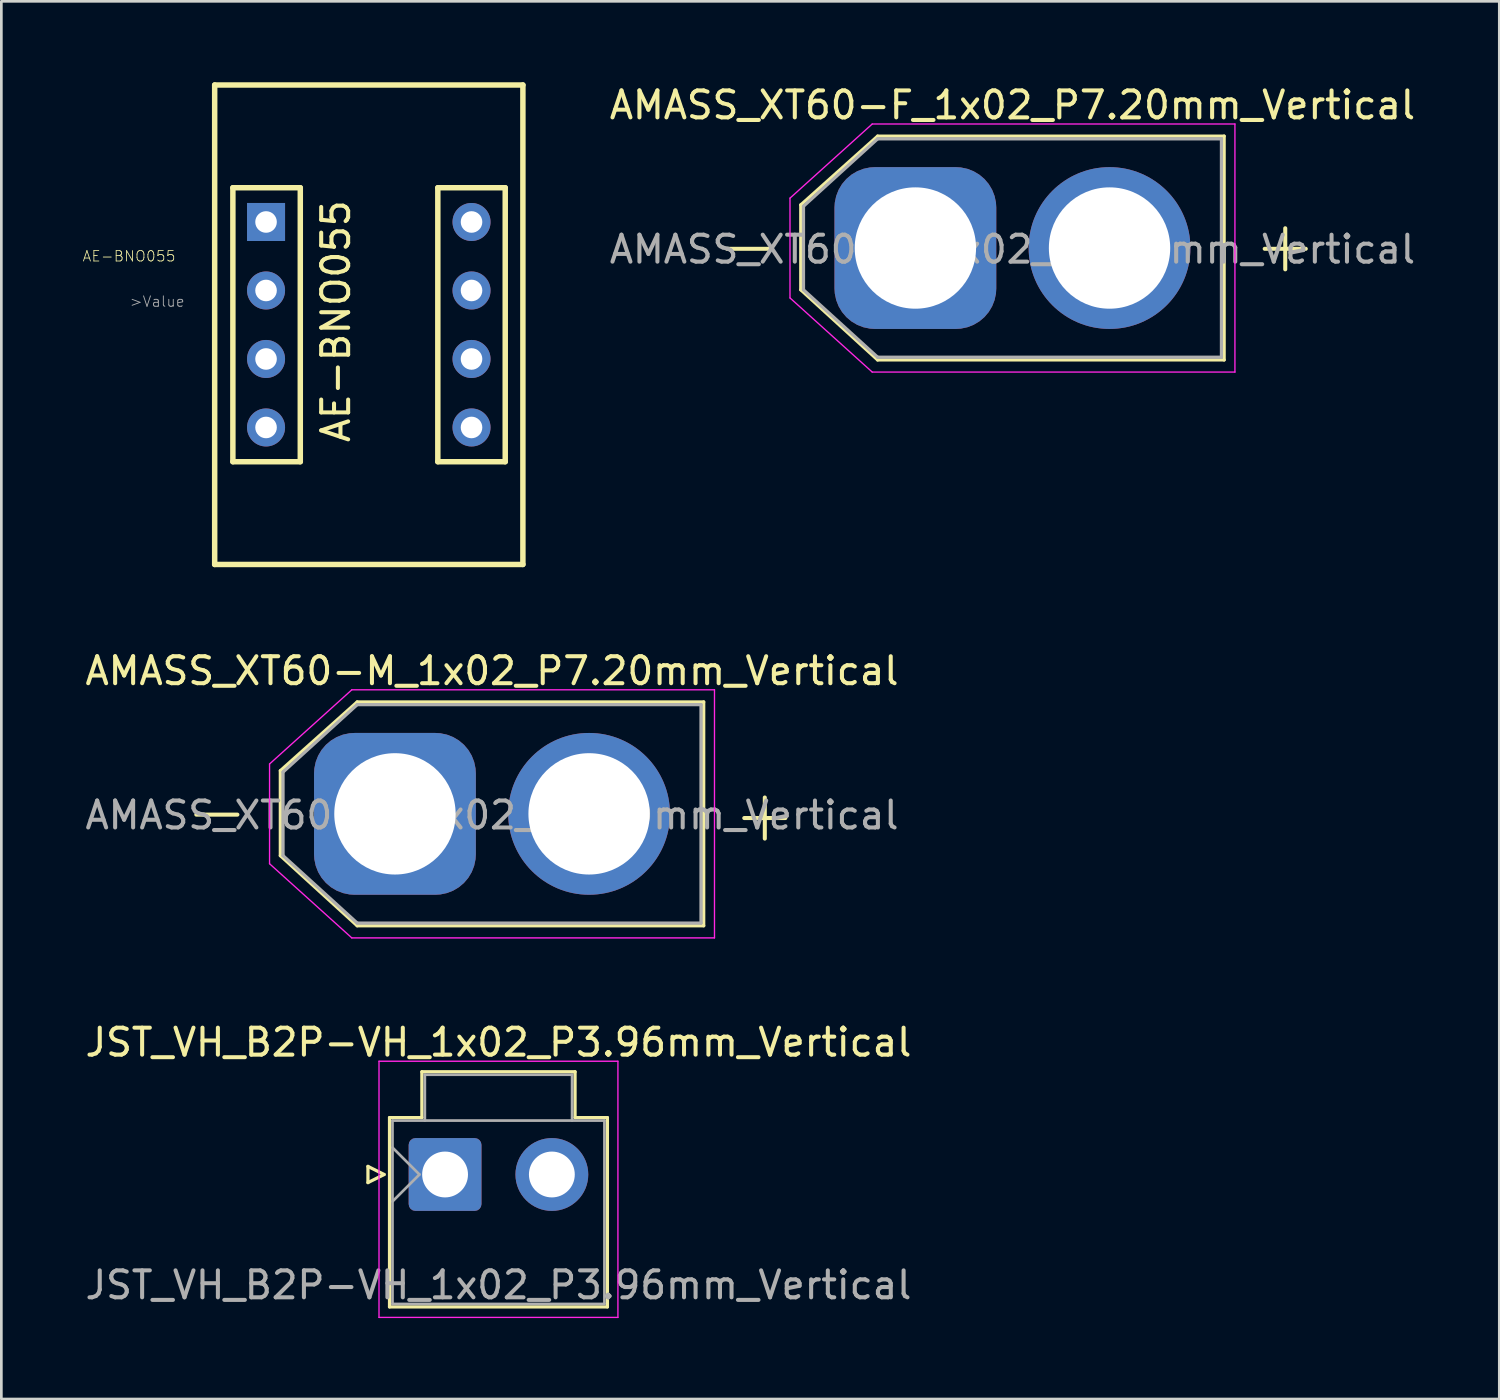
<source format=kicad_pcb>
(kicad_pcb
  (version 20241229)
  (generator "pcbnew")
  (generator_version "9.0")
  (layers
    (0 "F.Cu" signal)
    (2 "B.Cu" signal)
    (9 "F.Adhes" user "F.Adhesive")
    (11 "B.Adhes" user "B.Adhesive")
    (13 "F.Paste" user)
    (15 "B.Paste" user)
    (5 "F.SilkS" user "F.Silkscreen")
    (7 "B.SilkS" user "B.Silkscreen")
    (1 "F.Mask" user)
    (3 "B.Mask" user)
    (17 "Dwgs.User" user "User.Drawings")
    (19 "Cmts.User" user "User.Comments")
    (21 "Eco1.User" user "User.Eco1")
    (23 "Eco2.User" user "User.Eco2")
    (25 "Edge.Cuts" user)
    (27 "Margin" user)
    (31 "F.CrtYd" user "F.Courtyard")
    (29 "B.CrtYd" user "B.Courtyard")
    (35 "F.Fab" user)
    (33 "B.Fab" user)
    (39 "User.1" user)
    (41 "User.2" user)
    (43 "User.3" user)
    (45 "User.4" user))
  (footprint "AMASS_XT60-F_1x02_P7.20mm_Vertical"
    (layer "F.Cu")
    (at 30.896 6.148)
    (property "Reference" "AMASS_XT60-F_1x02_P7.20mm_Vertical" (at 3.6 -5.3 180) (layer "F.SilkS") (effects (font (size 1 1) (thickness 0.15))))
    (attr through_hole)
    (fp_line (start -4.25 -1.6) (end -4.25 1.55) (stroke (width 0.12) (type solid)) (layer "F.SilkS"))
    (fp_line (start -4.25 1.55) (end -1.4 4.15) (stroke (width 0.12) (type solid)) (layer "F.SilkS"))
    (fp_line (start -1.4 -4.15) (end -4.25 -1.6) (stroke (width 0.12) (type solid)) (layer "F.SilkS"))
    (fp_line (start -1.4 4.15) (end 11.45 4.15) (stroke (width 0.12) (type solid)) (layer "F.SilkS"))
    (fp_line (start 11.45 -4.15) (end -1.4 -4.15) (stroke (width 0.12) (type solid)) (layer "F.SilkS"))
    (fp_line (start 11.45 4.15) (end 11.45 -4.15) (stroke (width 0.12) (type solid)) (layer "F.SilkS"))
    (fp_line (start -4.65 -1.85) (end -1.6 -4.6) (stroke (width 0.05) (type solid)) (layer "F.CrtYd"))
    (fp_line (start -4.65 1.85) (end -4.65 -1.85) (stroke (width 0.05) (type solid)) (layer "F.CrtYd"))
    (fp_line (start -1.6 -4.6) (end 11.85 -4.6) (stroke (width 0.05) (type solid)) (layer "F.CrtYd"))
    (fp_line (start -1.6 4.6) (end -4.65 1.85) (stroke (width 0.05) (type solid)) (layer "F.CrtYd"))
    (fp_line (start 11.85 -4.6) (end 11.85 4.6) (stroke (width 0.05) (type solid)) (layer "F.CrtYd"))
    (fp_line (start 11.85 4.6) (end -1.6 4.6) (stroke (width 0.05) (type solid)) (layer "F.CrtYd"))
    (fp_line (start -4.15 -1.55) (end -4.15 1.55) (stroke (width 0.12) (type solid)) (layer "F.Fab"))
    (fp_line (start -4.15 1.55) (end -1.4 4.05) (stroke (width 0.12) (type solid)) (layer "F.Fab"))
    (fp_line (start -1.4 -4.05) (end -4.15 -1.55) (stroke (width 0.12) (type solid)) (layer "F.Fab"))
    (fp_line (start -1.4 4.05) (end 11.35 4.05) (stroke (width 0.12) (type solid)) (layer "F.Fab"))
    (fp_line (start 11.35 -4.05) (end -1.4 -4.05) (stroke (width 0.12) (type solid)) (layer "F.Fab"))
    (fp_line (start 11.35 4.05) (end 11.35 -4.05) (stroke (width 0.12) (type solid)) (layer "F.Fab"))
    (fp_text user "-" (at -6.223 -0.127 0) (layer "F.SilkS") (effects (font (size 2 2) (thickness 0.15))))
    (fp_text user "+" (at 13.716 -0.127 0) (layer "F.SilkS") (effects (font (size 2 2) (thickness 0.15))))
    (fp_text user "${REFERENCE}" (at 3.6 0.05 0) (layer "F.Fab") (effects (font (size 1 1) (thickness 0.15))))
    (pad "1" thru_hole roundrect (at 0 0) (size 6 6) (drill 4.5) (layers "*.Cu" "*.Mask") (roundrect_rratio 0.25))
    (pad "2" thru_hole circle (at 7.2 0) (size 6 6) (drill 4.5) (layers "*.Cu" "*.Mask")))
  (footprint "AE-BNO055"
    (layer "F.Cu")
    (at 10.626 8.992)
    (property "Reference" "AE-BNO055" (at -8.89 -2.54 0) (layer "F.SilkS") (effects (font (size 0.386 0.386) (thickness 0.031))))
    (attr through_hole)
    (fp_line (start -5.715 -8.89) (end 5.715 -8.89) (stroke (width 0.203) (type solid)) (layer "F.SilkS"))
    (fp_line (start -5.715 8.89) (end -5.715 -8.89) (stroke (width 0.203) (type solid)) (layer "F.SilkS"))
    (fp_line (start -5.715 8.89) (end 5.715 8.89) (stroke (width 0.203) (type solid)) (layer "F.SilkS"))
    (fp_line (start -5.04 -5.08) (end -5.04 5.08) (stroke (width 0.203) (type solid)) (layer "F.SilkS"))
    (fp_line (start -5.04 5.08) (end -2.54 5.08) (stroke (width 0.203) (type solid)) (layer "F.SilkS"))
    (fp_line (start -2.54 -5.08) (end -5.04 -5.08) (stroke (width 0.203) (type solid)) (layer "F.SilkS"))
    (fp_line (start -2.54 -5.08) (end -2.54 5.08) (stroke (width 0.203) (type solid)) (layer "F.SilkS"))
    (fp_line (start 2.56 -5.08) (end 2.56 5.08) (stroke (width 0.203) (type solid)) (layer "F.SilkS"))
    (fp_line (start 2.56 -5.08) (end 5.06 -5.08) (stroke (width 0.203) (type solid)) (layer "F.SilkS"))
    (fp_line (start 5.06 -5.08) (end 5.06 5.08) (stroke (width 0.203) (type solid)) (layer "F.SilkS"))
    (fp_line (start 5.06 5.08) (end 2.56 5.08) (stroke (width 0.203) (type solid)) (layer "F.SilkS"))
    (fp_line (start 5.715 8.89) (end 5.715 -8.89) (stroke (width 0.203) (type solid)) (layer "F.SilkS"))
    (fp_text user "AE-BNO055" (at -0.635 4.445 90) (layer "F.SilkS") (effects (font (size 1 1) (thickness 0.15)) (justify left bottom)))
    (fp_text user ">Value" (at -8.89 -0.635 0) (layer "F.Fab") (effects (font (size 0.386 0.386) (thickness 0.033)) (justify left bottom)))
    (pad "1" thru_hole rect (at -3.81 -3.81) (size 1.41 1.41) (drill 0.8) (layers "*.Cu" "*.Mask"))
    (pad "2" thru_hole circle (at -3.81 -1.27) (size 1.41 1.41) (drill 0.8) (layers "*.Cu" "*.Mask"))
    (pad "3" thru_hole circle (at -3.81 1.27) (size 1.41 1.41) (drill 0.8) (layers "*.Cu" "*.Mask"))
    (pad "4" thru_hole circle (at -3.81 3.81) (size 1.41 1.41) (drill 0.8) (layers "*.Cu" "*.Mask"))
    (pad "5" thru_hole circle (at 3.81 3.81) (size 1.41 1.41) (drill 0.8) (layers "*.Cu" "*.Mask"))
    (pad "6" thru_hole circle (at 3.81 1.27) (size 1.41 1.41) (drill 0.8) (layers "*.Cu" "*.Mask"))
    (pad "7" thru_hole circle (at 3.81 -1.27) (size 1.41 1.41) (drill 0.8) (layers "*.Cu" "*.Mask"))
    (pad "8" thru_hole circle (at 3.81 -3.81) (size 1.41 1.41) (drill 0.8) (layers "*.Cu" "*.Mask")))
  (footprint "AMASS_XT60-M_1x02_P7.20mm_Vertical"
    (layer "F.Cu")
    (at 11.596 27.131)
    (property "Reference" "AMASS_XT60-M_1x02_P7.20mm_Vertical" (at 3.6 -5.3 180) (layer "F.SilkS") (effects (font (size 1 1) (thickness 0.15))))
    (attr through_hole)
    (fp_line (start -4.25 -1.6) (end -4.25 1.55) (stroke (width 0.12) (type solid)) (layer "F.SilkS"))
    (fp_line (start -4.25 1.55) (end -1.4 4.15) (stroke (width 0.12) (type solid)) (layer "F.SilkS"))
    (fp_line (start -1.4 -4.15) (end -4.25 -1.6) (stroke (width 0.12) (type solid)) (layer "F.SilkS"))
    (fp_line (start -1.4 4.15) (end 11.45 4.15) (stroke (width 0.12) (type solid)) (layer "F.SilkS"))
    (fp_line (start 11.45 -4.15) (end -1.4 -4.15) (stroke (width 0.12) (type solid)) (layer "F.SilkS"))
    (fp_line (start 11.45 4.15) (end 11.45 -4.15) (stroke (width 0.12) (type solid)) (layer "F.SilkS"))
    (fp_line (start -4.65 -1.85) (end -1.6 -4.6) (stroke (width 0.05) (type solid)) (layer "F.CrtYd"))
    (fp_line (start -4.65 1.85) (end -4.65 -1.85) (stroke (width 0.05) (type solid)) (layer "F.CrtYd"))
    (fp_line (start -1.6 -4.6) (end 11.85 -4.6) (stroke (width 0.05) (type solid)) (layer "F.CrtYd"))
    (fp_line (start -1.6 4.6) (end -4.65 1.85) (stroke (width 0.05) (type solid)) (layer "F.CrtYd"))
    (fp_line (start 11.85 -4.6) (end 11.85 4.6) (stroke (width 0.05) (type solid)) (layer "F.CrtYd"))
    (fp_line (start 11.85 4.6) (end -1.6 4.6) (stroke (width 0.05) (type solid)) (layer "F.CrtYd"))
    (fp_line (start -4.15 -1.55) (end -4.15 1.55) (stroke (width 0.12) (type solid)) (layer "F.Fab"))
    (fp_line (start -4.15 1.55) (end -1.4 4.05) (stroke (width 0.12) (type solid)) (layer "F.Fab"))
    (fp_line (start -1.4 -4.05) (end -4.15 -1.55) (stroke (width 0.12) (type solid)) (layer "F.Fab"))
    (fp_line (start -1.4 4.05) (end 11.35 4.05) (stroke (width 0.12) (type solid)) (layer "F.Fab"))
    (fp_line (start 11.35 -4.05) (end -1.4 -4.05) (stroke (width 0.12) (type solid)) (layer "F.Fab"))
    (fp_line (start 11.35 4.05) (end 11.35 -4.05) (stroke (width 0.12) (type solid)) (layer "F.Fab"))
    (fp_text user "+" (at 13.716 0 0) (layer "F.SilkS") (effects (font (size 2 2) (thickness 0.15))))
    (fp_text user "-" (at -6.604 -0.127 0) (layer "F.SilkS") (effects (font (size 2 2) (thickness 0.15))))
    (fp_text user "${REFERENCE}" (at 3.6 0.05 0) (layer "F.Fab") (effects (font (size 1 1) (thickness 0.15))))
    (pad "1" thru_hole roundrect (at 0 0) (size 6 6) (drill 4.5) (layers "*.Cu" "*.Mask") (roundrect_rratio 0.25))
    (pad "2" thru_hole circle (at 7.2 0) (size 6 6) (drill 4.5) (layers "*.Cu" "*.Mask")))
  (footprint "JST_VH_B2P-VH_1x02_P3.96mm_Vertical"
    (layer "F.Cu")
    (at 13.455 40.505)
    (property "Reference" "JST_VH_B2P-VH_1x02_P3.96mm_Vertical" (at 1.98 -4.9 0) (layer "F.SilkS") (effects (font (size 1 1) (thickness 0.15))))
    (attr through_hole)
    (fp_line (start -2.86 -0.3) (end -2.26 0) (stroke (width 0.12) (type solid)) (layer "F.SilkS"))
    (fp_line (start -2.86 0.3) (end -2.86 -0.3) (stroke (width 0.12) (type solid)) (layer "F.SilkS"))
    (fp_line (start -2.26 0) (end -2.86 0.3) (stroke (width 0.12) (type solid)) (layer "F.SilkS"))
    (fp_line (start -2.06 -2.11) (end -0.86 -2.11) (stroke (width 0.12) (type solid)) (layer "F.SilkS"))
    (fp_line (start -2.06 4.91) (end -2.06 -2.11) (stroke (width 0.12) (type solid)) (layer "F.SilkS"))
    (fp_line (start -0.86 -3.81) (end 4.82 -3.81) (stroke (width 0.12) (type solid)) (layer "F.SilkS"))
    (fp_line (start -0.86 -2.11) (end -0.86 -3.81) (stroke (width 0.12) (type solid)) (layer "F.SilkS"))
    (fp_line (start 4.82 -3.81) (end 4.82 -2.11) (stroke (width 0.12) (type solid)) (layer "F.SilkS"))
    (fp_line (start 4.82 -2.11) (end 6.02 -2.11) (stroke (width 0.12) (type solid)) (layer "F.SilkS"))
    (fp_line (start 6.02 -2.11) (end 6.02 4.91) (stroke (width 0.12) (type solid)) (layer "F.SilkS"))
    (fp_line (start 6.02 4.91) (end -2.06 4.91) (stroke (width 0.12) (type solid)) (layer "F.SilkS"))
    (fp_line (start -2.45 -4.2) (end -2.45 5.3) (stroke (width 0.05) (type solid)) (layer "F.CrtYd"))
    (fp_line (start -2.45 5.3) (end 6.41 5.3) (stroke (width 0.05) (type solid)) (layer "F.CrtYd"))
    (fp_line (start 6.41 -4.2) (end -2.45 -4.2) (stroke (width 0.05) (type solid)) (layer "F.CrtYd"))
    (fp_line (start 6.41 5.3) (end 6.41 -4.2) (stroke (width 0.05) (type solid)) (layer "F.CrtYd"))
    (fp_line (start -1.95 -2) (end -1.95 4.8) (stroke (width 0.1) (type solid)) (layer "F.Fab"))
    (fp_line (start -1.95 -1) (end -0.95 0) (stroke (width 0.1) (type solid)) (layer "F.Fab"))
    (fp_line (start -1.95 1) (end -0.95 0) (stroke (width 0.1) (type solid)) (layer "F.Fab"))
    (fp_line (start -1.95 4.8) (end 5.91 4.8) (stroke (width 0.1) (type solid)) (layer "F.Fab"))
    (fp_line (start -0.75 -3.7) (end 4.71 -3.7) (stroke (width 0.1) (type solid)) (layer "F.Fab"))
    (fp_line (start -0.75 -2) (end -0.75 -3.7) (stroke (width 0.1) (type solid)) (layer "F.Fab"))
    (fp_line (start 4.71 -3.7) (end 4.71 -2) (stroke (width 0.1) (type solid)) (layer "F.Fab"))
    (fp_line (start 5.91 -2) (end -1.95 -2) (stroke (width 0.1) (type solid)) (layer "F.Fab"))
    (fp_line (start 5.91 4.8) (end 5.91 -2) (stroke (width 0.1) (type solid)) (layer "F.Fab"))
    (fp_text user "${REFERENCE}" (at 1.98 4.1 0) (layer "F.Fab") (effects (font (size 1 1) (thickness 0.15))))
    (pad "1" thru_hole roundrect (at 0 0) (size 2.7 2.7) (drill 1.7) (layers "*.Cu" "*.Mask") (roundrect_rratio 0.093))
    (pad "2" thru_hole circle (at 3.96 0) (size 2.7 2.7) (drill 1.7) (layers "*.Cu" "*.Mask")))
  (gr_rect
    (start -3 -3)
    (end 52.55 48.83)
    (stroke (width 0.1) (type default))
    (fill no)
    (layer "Edge.Cuts")))
</source>
